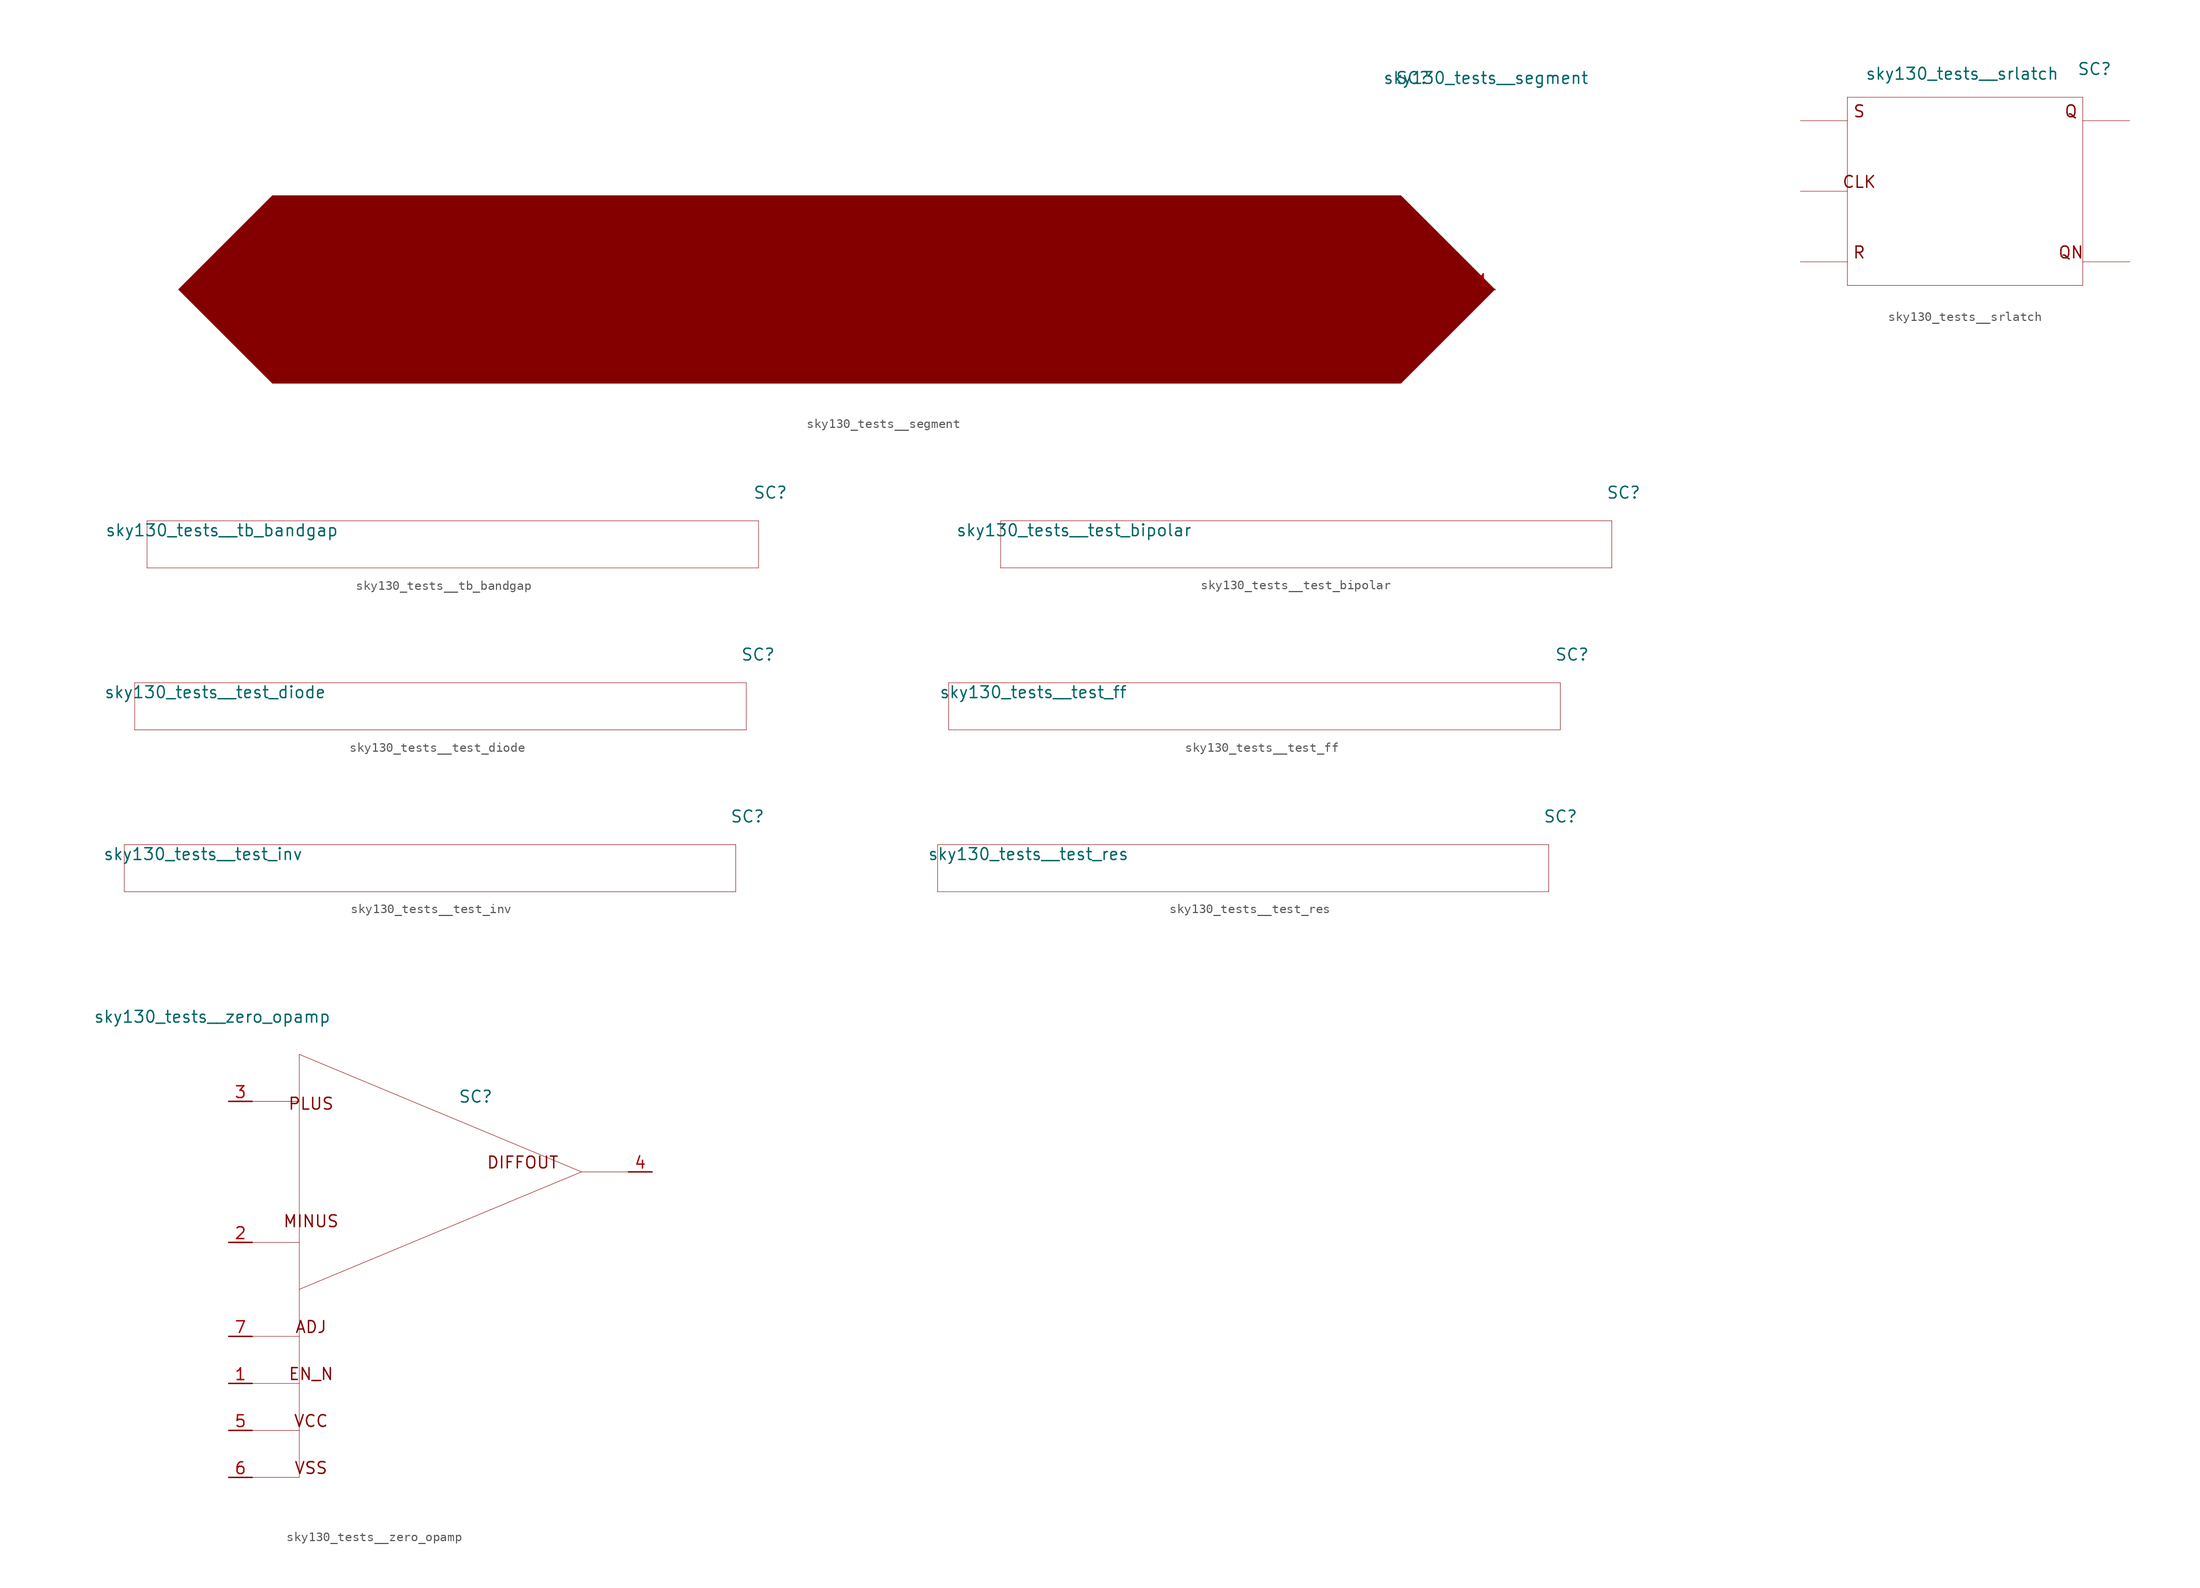
<source format=kicad_sym>
(kicad_symbol_lib
  (version 20211014)
  (generator kicad_symbol_editor)
  (symbol "sky130_tests__segment"
    (pin_names hide)
    (property "Reference" "SC"
      (at -8.89 12.7 0)
      (effects (font (size 1.27 1.27))))
    (property "Value" "sky130_tests__segment"
      (at 10.16 12.7 0)
      (effects (font (size 1.27 1.27)) (justify right)))
    (symbol "sky130_tests__segment_0_0"
      (polyline (pts (xy 0 -10.16) (xy -10.16 0) (xy -132.08 0) (xy -142.24 -10.16) (xy -132.08 -20.32) (xy -10.16 -20.32) (xy 0 -10.16)) (stroke (width 0.025) (type default) (color 0 0 0 0)) (fill (type outline))))
    (symbol "sky130_tests__segment_1_1"
      (pin input line (at -2.54 -10.16 0) (length 2.54) (name "p" (effects (font (size 1.092 1.092)))) (number "1" (effects (font (size 1.27 1.27)))))))
  (symbol "sky130_tests__srlatch"
    (pin_names hide)
    (property "Reference" "SC"
      (at 13.97 13.208 0)
      (effects (font (size 1.27 1.27))))
    (property "Value" "sky130_tests__srlatch"
      (at 10.16 12.7 0)
      (effects (font (size 1.27 1.27)) (justify right)))
    (symbol "sky130_tests__srlatch_0_0"
      (polyline (pts (xy -17.78 -7.62) (xy -12.7 -7.62)) (stroke (width 0.051) (type default) (color 0 0 0 0)) (fill (type none)))
      (polyline (pts (xy -17.78 0) (xy -12.7 0)) (stroke (width 0.051) (type default) (color 0 0 0 0)) (fill (type none)))
      (polyline (pts (xy -17.78 7.62) (xy -12.7 7.62)) (stroke (width 0.051) (type default) (color 0 0 0 0)) (fill (type none)))
      (polyline (pts (xy -12.7 -10.16) (xy 12.7 -10.16)) (stroke (width 0.051) (type default) (color 0 0 0 0)) (fill (type none)))
      (polyline (pts (xy -12.7 10.16) (xy -12.7 -10.16)) (stroke (width 0.051) (type default) (color 0 0 0 0)) (fill (type none)))
      (polyline (pts (xy -12.7 10.16) (xy 12.7 10.16)) (stroke (width 0.051) (type default) (color 0 0 0 0)) (fill (type none)))
      (polyline (pts (xy 12.7 -7.62) (xy 17.78 -7.62)) (stroke (width 0.051) (type default) (color 0 0 0 0)) (fill (type none)))
      (polyline (pts (xy 12.7 7.62) (xy 17.78 7.62)) (stroke (width 0.051) (type default) (color 0 0 0 0)) (fill (type none)))
      (polyline (pts (xy 12.7 10.16) (xy 12.7 -10.16)) (stroke (width 0.051) (type default) (color 0 0 0 0)) (fill (type none)))
      (text "CLK" (at -11.43 1.016 0) (effects (font (size 1.27 1.27))))
      (text "Q" (at 11.43 8.636 0) (effects (font (size 1.27 1.27))))
      (text "QN" (at 11.43 -6.604 0) (effects (font (size 1.27 1.27))))
      (text "R" (at -11.43 -6.604 0) (effects (font (size 1.27 1.27))))
      (text "S" (at -11.43 8.636 0) (effects (font (size 1.27 1.27))))))
  (symbol "sky130_tests__tb_bandgap"
    (pin_names hide)
    (property "Reference" "SC"
      (at 34.29 5.588 0)
      (effects (font (size 1.27 1.27))))
    (property "Value" "sky130_tests__tb_bandgap"
      (at -12.319 1.524 0)
      (effects (font (size 1.27 1.27)) (justify right)))
    (symbol "sky130_tests__tb_bandgap_0_0"
      (polyline (pts (xy -33.02 -2.54) (xy 33.02 -2.54)) (stroke (width 0.051) (type default) (color 0 0 0 0)) (fill (type none)))
      (polyline (pts (xy -33.02 2.54) (xy -33.02 -2.54)) (stroke (width 0.051) (type default) (color 0 0 0 0)) (fill (type none)))
      (polyline (pts (xy -33.02 2.54) (xy 33.02 2.54)) (stroke (width 0.051) (type default) (color 0 0 0 0)) (fill (type none)))
      (polyline (pts (xy 33.02 2.54) (xy 33.02 -2.54)) (stroke (width 0.051) (type default) (color 0 0 0 0)) (fill (type none)))))
  (symbol "sky130_tests__test_bipolar"
    (pin_names hide)
    (property "Reference" "SC"
      (at 34.29 5.588 0)
      (effects (font (size 1.27 1.27))))
    (property "Value" "sky130_tests__test_bipolar"
      (at -12.319 1.524 0)
      (effects (font (size 1.27 1.27)) (justify right)))
    (symbol "sky130_tests__test_bipolar_0_0"
      (polyline (pts (xy -33.02 -2.54) (xy 33.02 -2.54)) (stroke (width 0.051) (type default) (color 0 0 0 0)) (fill (type none)))
      (polyline (pts (xy -33.02 2.54) (xy -33.02 -2.54)) (stroke (width 0.051) (type default) (color 0 0 0 0)) (fill (type none)))
      (polyline (pts (xy -33.02 2.54) (xy 33.02 2.54)) (stroke (width 0.051) (type default) (color 0 0 0 0)) (fill (type none)))
      (polyline (pts (xy 33.02 2.54) (xy 33.02 -2.54)) (stroke (width 0.051) (type default) (color 0 0 0 0)) (fill (type none)))))
  (symbol "sky130_tests__test_diode"
    (pin_names hide)
    (property "Reference" "SC"
      (at 34.29 5.588 0)
      (effects (font (size 1.27 1.27))))
    (property "Value" "sky130_tests__test_diode"
      (at -12.319 1.524 0)
      (effects (font (size 1.27 1.27)) (justify right)))
    (symbol "sky130_tests__test_diode_0_0"
      (polyline (pts (xy -33.02 -2.54) (xy 33.02 -2.54)) (stroke (width 0.051) (type default) (color 0 0 0 0)) (fill (type none)))
      (polyline (pts (xy -33.02 2.54) (xy -33.02 -2.54)) (stroke (width 0.051) (type default) (color 0 0 0 0)) (fill (type none)))
      (polyline (pts (xy -33.02 2.54) (xy 33.02 2.54)) (stroke (width 0.051) (type default) (color 0 0 0 0)) (fill (type none)))
      (polyline (pts (xy 33.02 2.54) (xy 33.02 -2.54)) (stroke (width 0.051) (type default) (color 0 0 0 0)) (fill (type none)))))
  (symbol "sky130_tests__test_ff"
    (pin_names hide)
    (property "Reference" "SC"
      (at 34.29 5.588 0)
      (effects (font (size 1.27 1.27))))
    (property "Value" "sky130_tests__test_ff"
      (at -13.716 1.524 0)
      (effects (font (size 1.27 1.27)) (justify right)))
    (symbol "sky130_tests__test_ff_0_0"
      (polyline (pts (xy -33.02 -2.54) (xy 33.02 -2.54)) (stroke (width 0.051) (type default) (color 0 0 0 0)) (fill (type none)))
      (polyline (pts (xy -33.02 2.54) (xy -33.02 -2.54)) (stroke (width 0.051) (type default) (color 0 0 0 0)) (fill (type none)))
      (polyline (pts (xy -33.02 2.54) (xy 33.02 2.54)) (stroke (width 0.051) (type default) (color 0 0 0 0)) (fill (type none)))
      (polyline (pts (xy 33.02 2.54) (xy 33.02 -2.54)) (stroke (width 0.051) (type default) (color 0 0 0 0)) (fill (type none)))))
  (symbol "sky130_tests__test_inv"
    (pin_names hide)
    (property "Reference" "SC"
      (at 34.29 5.588 0)
      (effects (font (size 1.27 1.27))))
    (property "Value" "sky130_tests__test_inv"
      (at -13.716 1.524 0)
      (effects (font (size 1.27 1.27)) (justify right)))
    (symbol "sky130_tests__test_inv_0_0"
      (polyline (pts (xy -33.02 -2.54) (xy 33.02 -2.54)) (stroke (width 0.051) (type default) (color 0 0 0 0)) (fill (type none)))
      (polyline (pts (xy -33.02 2.54) (xy -33.02 -2.54)) (stroke (width 0.051) (type default) (color 0 0 0 0)) (fill (type none)))
      (polyline (pts (xy -33.02 2.54) (xy 33.02 2.54)) (stroke (width 0.051) (type default) (color 0 0 0 0)) (fill (type none)))
      (polyline (pts (xy 33.02 2.54) (xy 33.02 -2.54)) (stroke (width 0.051) (type default) (color 0 0 0 0)) (fill (type none)))))
  (symbol "sky130_tests__test_res"
    (pin_names hide)
    (property "Reference" "SC"
      (at 34.29 5.588 0)
      (effects (font (size 1.27 1.27))))
    (property "Value" "sky130_tests__test_res"
      (at -12.319 1.524 0)
      (effects (font (size 1.27 1.27)) (justify right)))
    (symbol "sky130_tests__test_res_0_0"
      (polyline (pts (xy -33.02 -2.54) (xy 33.02 -2.54)) (stroke (width 0.051) (type default) (color 0 0 0 0)) (fill (type none)))
      (polyline (pts (xy -33.02 2.54) (xy -33.02 -2.54)) (stroke (width 0.051) (type default) (color 0 0 0 0)) (fill (type none)))
      (polyline (pts (xy -33.02 2.54) (xy 33.02 2.54)) (stroke (width 0.051) (type default) (color 0 0 0 0)) (fill (type none)))
      (polyline (pts (xy 33.02 2.54) (xy 33.02 -2.54)) (stroke (width 0.051) (type default) (color 0 0 0 0)) (fill (type none)))))
  (symbol "sky130_tests__zero_opamp"
    (pin_names hide)
    (property "Reference" "SC"
      (at 3.81 8.128 0)
      (effects (font (size 1.27 1.27))))
    (property "Value" "sky130_tests__zero_opamp"
      (at -11.811 16.764 0)
      (effects (font (size 1.27 1.27)) (justify right)))
    (symbol "sky130_tests__zero_opamp_0_0"
      (polyline (pts (xy -20.32 -33.02) (xy -15.24 -33.02)) (stroke (width 0.051) (type default) (color 0 0 0 0)) (fill (type none)))
      (polyline (pts (xy -20.32 -27.94) (xy -15.24 -27.94)) (stroke (width 0.051) (type default) (color 0 0 0 0)) (fill (type none)))
      (polyline (pts (xy -20.32 -22.86) (xy -15.24 -22.86)) (stroke (width 0.051) (type default) (color 0 0 0 0)) (fill (type none)))
      (polyline (pts (xy -20.32 -17.78) (xy -15.24 -17.78)) (stroke (width 0.051) (type default) (color 0 0 0 0)) (fill (type none)))
      (polyline (pts (xy -20.32 -7.62) (xy -15.24 -7.62)) (stroke (width 0.051) (type default) (color 0 0 0 0)) (fill (type none)))
      (polyline (pts (xy -20.32 7.62) (xy -15.24 7.62)) (stroke (width 0.051) (type default) (color 0 0 0 0)) (fill (type none)))
      (polyline (pts (xy -15.24 -12.7) (xy 15.24 0)) (stroke (width 0.051) (type default) (color 0 0 0 0)) (fill (type none)))
      (polyline (pts (xy -15.24 12.7) (xy -15.24 -33.02)) (stroke (width 0.051) (type default) (color 0 0 0 0)) (fill (type none)))
      (polyline (pts (xy -15.24 12.7) (xy 15.24 0)) (stroke (width 0.051) (type default) (color 0 0 0 0)) (fill (type none)))
      (polyline (pts (xy 15.24 0) (xy 20.32 0)) (stroke (width 0.051) (type default) (color 0 0 0 0)) (fill (type none)))
      (text "ADJ" (at -13.97 -16.764 0) (effects (font (size 1.27 1.27))))
      (text "DIFFOUT" (at 8.89 1.016 0) (effects (font (size 1.27 1.27))))
      (text "EN_N" (at -13.97 -21.844 0) (effects (font (size 1.27 1.27))))
      (text "MINUS" (at -13.97 -5.334 0) (effects (font (size 1.27 1.27))))
      (text "PLUS" (at -13.97 7.366 0) (effects (font (size 1.27 1.27))))
      (text "VCC" (at -13.97 -26.924 0) (effects (font (size 1.27 1.27))))
      (text "VSS" (at -13.97 -32.004 0) (effects (font (size 1.27 1.27)))))
    (symbol "sky130_tests__zero_opamp_1_1"
      (pin input line (at -22.86 -22.86 0) (length 2.54) (name "EN_N" (effects (font (size 1.092 1.092)))) (number "1" (effects (font (size 1.27 1.27)))))
      (pin input line (at -22.86 -7.62 0) (length 2.54) (name "MINUS" (effects (font (size 1.092 1.092)))) (number "2" (effects (font (size 1.27 1.27)))))
      (pin input line (at -22.86 7.62 0) (length 2.54) (name "PLUS" (effects (font (size 1.092 1.092)))) (number "3" (effects (font (size 1.27 1.27)))))
      (pin output line (at 22.86 0 180) (length 2.54) (name "DIFFOUT" (effects (font (size 1.092 1.092)))) (number "4" (effects (font (size 1.27 1.27)))))
      (pin input line (at -22.86 -27.94 0) (length 2.54) (name "VCC" (effects (font (size 1.092 1.092)))) (number "5" (effects (font (size 1.27 1.27)))))
      (pin input line (at -22.86 -33.02 0) (length 2.54) (name "VSS" (effects (font (size 1.092 1.092)))) (number "6" (effects (font (size 1.27 1.27)))))
      (pin input line (at -22.86 -17.78 0) (length 2.54) (name "ADJ" (effects (font (size 1.092 1.092)))) (number "7" (effects (font (size 1.27 1.27))))))))
</source>
